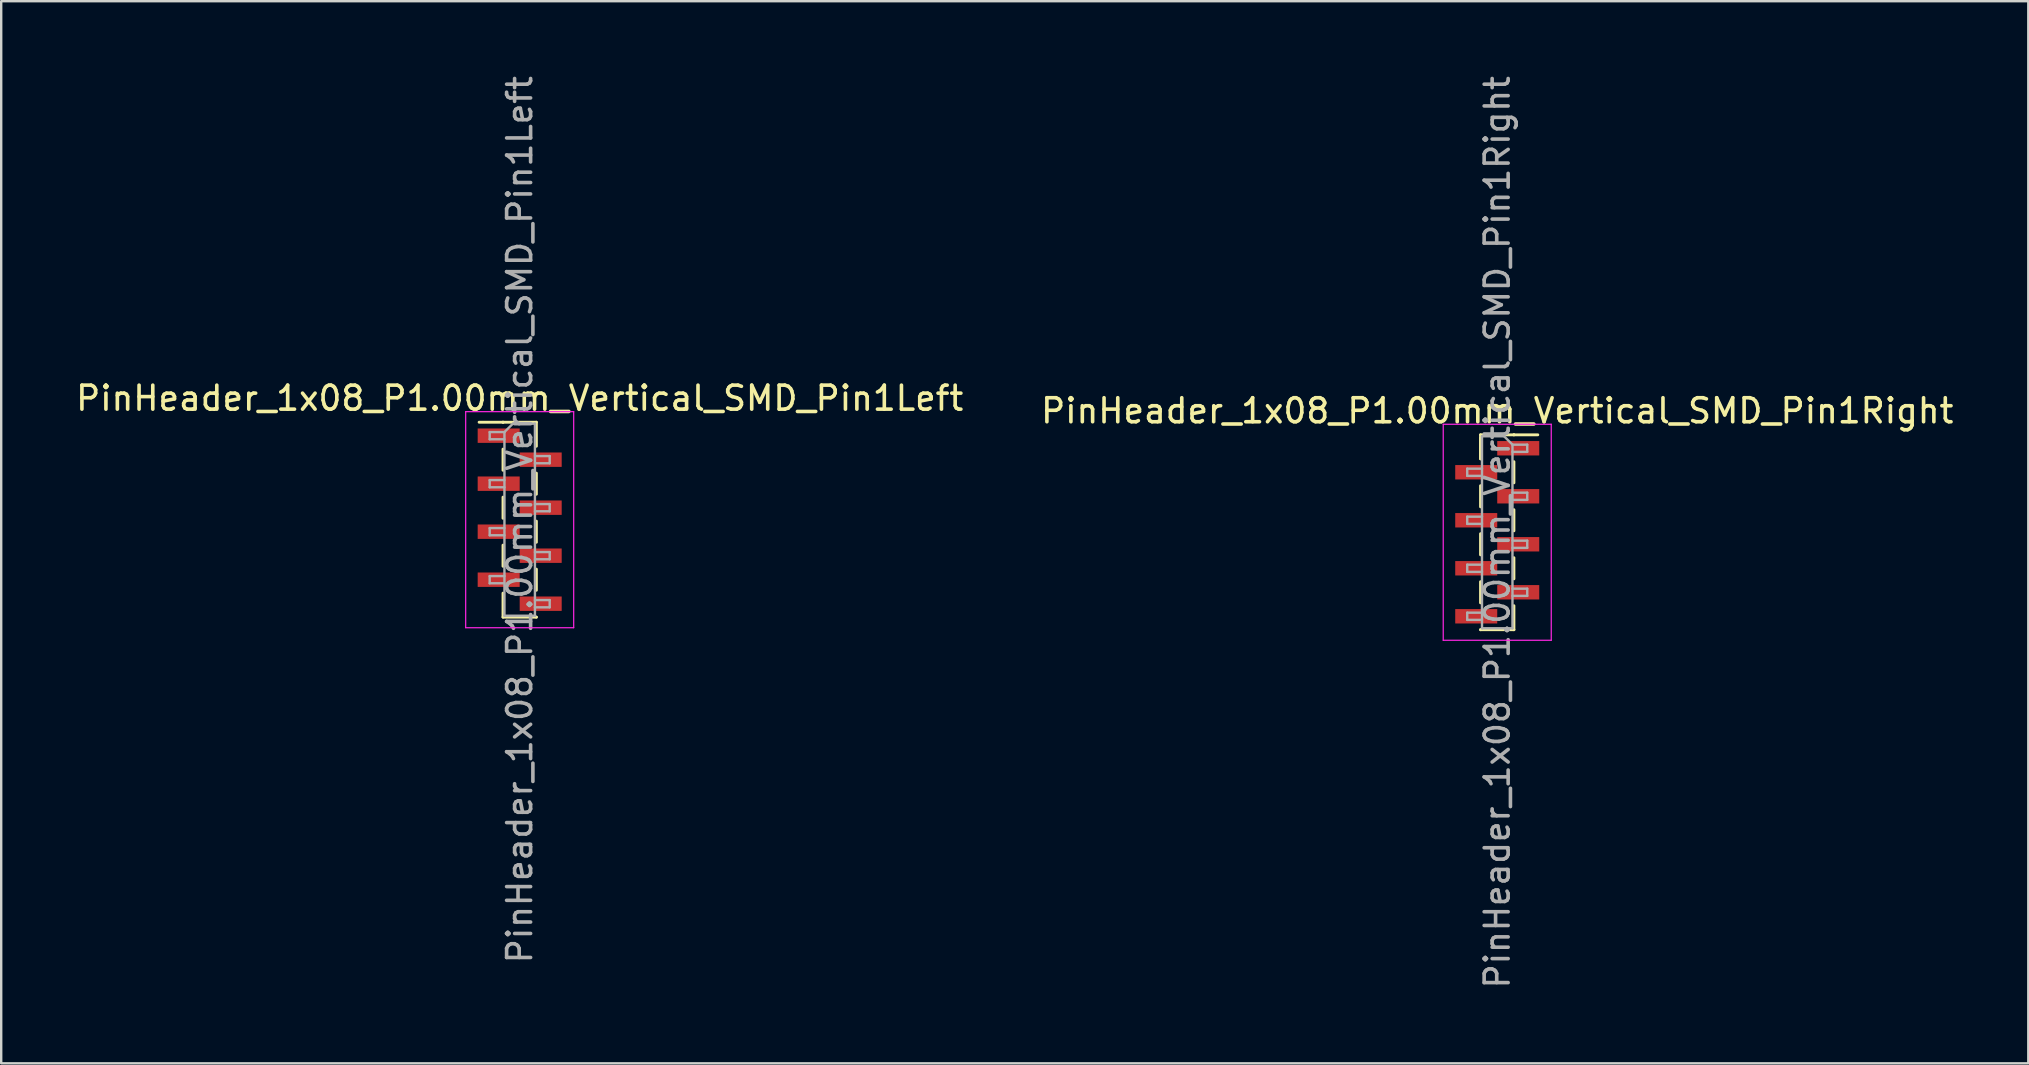
<source format=kicad_pcb>
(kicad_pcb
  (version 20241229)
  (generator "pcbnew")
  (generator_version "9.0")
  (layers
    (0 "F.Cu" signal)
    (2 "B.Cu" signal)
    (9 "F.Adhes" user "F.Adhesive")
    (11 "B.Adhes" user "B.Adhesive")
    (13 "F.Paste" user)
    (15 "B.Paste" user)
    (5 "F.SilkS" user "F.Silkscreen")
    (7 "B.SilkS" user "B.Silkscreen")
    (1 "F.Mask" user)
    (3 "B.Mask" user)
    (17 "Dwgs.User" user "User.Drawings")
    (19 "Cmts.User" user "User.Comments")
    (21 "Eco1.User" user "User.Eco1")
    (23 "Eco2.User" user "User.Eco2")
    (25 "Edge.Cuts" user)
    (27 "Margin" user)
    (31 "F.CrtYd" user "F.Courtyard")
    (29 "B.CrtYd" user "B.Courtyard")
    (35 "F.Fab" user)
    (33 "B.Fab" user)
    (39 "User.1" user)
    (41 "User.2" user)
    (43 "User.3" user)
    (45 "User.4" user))
  (footprint "PinHeader_1x08_P1.00mm_Vertical_SMD_Pin1Left"
    (layer "F.Cu")
    (at 18.601 18.601)
    (property "Reference" "PinHeader_1x08_P1.00mm_Vertical_SMD_Pin1Left" (at 0 -5.06 0) (layer "F.SilkS") (effects (font (size 1 1) (thickness 0.15))))
    (attr smd)
    (fp_line (start -0.695 -4.06) (end -1.69 -4.06) (stroke (width 0.12) (type solid)) (layer "F.SilkS"))
    (fp_line (start -0.695 -4.06) (end -0.695 -4.06) (stroke (width 0.12) (type solid)) (layer "F.SilkS"))
    (fp_line (start -0.695 -4.06) (end 0.695 -4.06) (stroke (width 0.12) (type solid)) (layer "F.SilkS"))
    (fp_line (start -0.695 -2.94) (end -0.695 -2.06) (stroke (width 0.12) (type solid)) (layer "F.SilkS"))
    (fp_line (start -0.695 -0.94) (end -0.695 -0.06) (stroke (width 0.12) (type solid)) (layer "F.SilkS"))
    (fp_line (start -0.695 1.06) (end -0.695 1.94) (stroke (width 0.12) (type solid)) (layer "F.SilkS"))
    (fp_line (start -0.695 3.06) (end -0.695 4.06) (stroke (width 0.12) (type solid)) (layer "F.SilkS"))
    (fp_line (start -0.695 4.06) (end 0.695 4.06) (stroke (width 0.12) (type solid)) (layer "F.SilkS"))
    (fp_line (start 0.695 -4.06) (end 0.695 -3.06) (stroke (width 0.12) (type solid)) (layer "F.SilkS"))
    (fp_line (start 0.695 -1.94) (end 0.695 -1.06) (stroke (width 0.12) (type solid)) (layer "F.SilkS"))
    (fp_line (start 0.695 0.06) (end 0.695 0.94) (stroke (width 0.12) (type solid)) (layer "F.SilkS"))
    (fp_line (start 0.695 2.06) (end 0.695 2.94) (stroke (width 0.12) (type solid)) (layer "F.SilkS"))
    (fp_line (start 0.695 4.06) (end 0.695 4.06) (stroke (width 0.12) (type solid)) (layer "F.SilkS"))
    (fp_line (start -2.25 -4.5) (end -2.25 4.5) (stroke (width 0.05) (type solid)) (layer "F.CrtYd"))
    (fp_line (start -2.25 4.5) (end 2.25 4.5) (stroke (width 0.05) (type solid)) (layer "F.CrtYd"))
    (fp_line (start 2.25 -4.5) (end -2.25 -4.5) (stroke (width 0.05) (type solid)) (layer "F.CrtYd"))
    (fp_line (start 2.25 4.5) (end 2.25 -4.5) (stroke (width 0.05) (type solid)) (layer "F.CrtYd"))
    (fp_line (start -1.25 -3.65) (end -1.25 -3.35) (stroke (width 0.1) (type solid)) (layer "F.Fab"))
    (fp_line (start -1.25 -3.35) (end -0.635 -3.35) (stroke (width 0.1) (type solid)) (layer "F.Fab"))
    (fp_line (start -1.25 -1.65) (end -1.25 -1.35) (stroke (width 0.1) (type solid)) (layer "F.Fab"))
    (fp_line (start -1.25 -1.35) (end -0.635 -1.35) (stroke (width 0.1) (type solid)) (layer "F.Fab"))
    (fp_line (start -1.25 0.35) (end -1.25 0.65) (stroke (width 0.1) (type solid)) (layer "F.Fab"))
    (fp_line (start -1.25 0.65) (end -0.635 0.65) (stroke (width 0.1) (type solid)) (layer "F.Fab"))
    (fp_line (start -1.25 2.35) (end -1.25 2.65) (stroke (width 0.1) (type solid)) (layer "F.Fab"))
    (fp_line (start -1.25 2.65) (end -0.635 2.65) (stroke (width 0.1) (type solid)) (layer "F.Fab"))
    (fp_line (start -0.635 -3.65) (end -1.25 -3.65) (stroke (width 0.1) (type solid)) (layer "F.Fab"))
    (fp_line (start -0.635 -3.65) (end -0.285 -4) (stroke (width 0.1) (type solid)) (layer "F.Fab"))
    (fp_line (start -0.635 -1.65) (end -1.25 -1.65) (stroke (width 0.1) (type solid)) (layer "F.Fab"))
    (fp_line (start -0.635 0.35) (end -1.25 0.35) (stroke (width 0.1) (type solid)) (layer "F.Fab"))
    (fp_line (start -0.635 2.35) (end -1.25 2.35) (stroke (width 0.1) (type solid)) (layer "F.Fab"))
    (fp_line (start -0.635 4) (end -0.635 -3.65) (stroke (width 0.1) (type solid)) (layer "F.Fab"))
    (fp_line (start -0.285 -4) (end 0.635 -4) (stroke (width 0.1) (type solid)) (layer "F.Fab"))
    (fp_line (start 0.635 -4) (end 0.635 4) (stroke (width 0.1) (type solid)) (layer "F.Fab"))
    (fp_line (start 0.635 -2.65) (end 1.25 -2.65) (stroke (width 0.1) (type solid)) (layer "F.Fab"))
    (fp_line (start 0.635 -0.65) (end 1.25 -0.65) (stroke (width 0.1) (type solid)) (layer "F.Fab"))
    (fp_line (start 0.635 1.35) (end 1.25 1.35) (stroke (width 0.1) (type solid)) (layer "F.Fab"))
    (fp_line (start 0.635 3.35) (end 1.25 3.35) (stroke (width 0.1) (type solid)) (layer "F.Fab"))
    (fp_line (start 0.635 4) (end -0.635 4) (stroke (width 0.1) (type solid)) (layer "F.Fab"))
    (fp_line (start 1.25 -2.65) (end 1.25 -2.35) (stroke (width 0.1) (type solid)) (layer "F.Fab"))
    (fp_line (start 1.25 -2.35) (end 0.635 -2.35) (stroke (width 0.1) (type solid)) (layer "F.Fab"))
    (fp_line (start 1.25 -0.65) (end 1.25 -0.35) (stroke (width 0.1) (type solid)) (layer "F.Fab"))
    (fp_line (start 1.25 -0.35) (end 0.635 -0.35) (stroke (width 0.1) (type solid)) (layer "F.Fab"))
    (fp_line (start 1.25 1.35) (end 1.25 1.65) (stroke (width 0.1) (type solid)) (layer "F.Fab"))
    (fp_line (start 1.25 1.65) (end 0.635 1.65) (stroke (width 0.1) (type solid)) (layer "F.Fab"))
    (fp_line (start 1.25 3.35) (end 1.25 3.65) (stroke (width 0.1) (type solid)) (layer "F.Fab"))
    (fp_line (start 1.25 3.65) (end 0.635 3.65) (stroke (width 0.1) (type solid)) (layer "F.Fab"))
    (fp_text user "${REFERENCE}" (at 0 0 90) (layer "F.Fab") (effects (font (size 1 1) (thickness 0.15))))
    (pad "1" smd rect (at -0.875 -3.5) (size 1.75 0.6) (layers "F.Cu" "F.Mask" "F.Paste"))
    (pad "2" smd rect (at 0.875 -2.5) (size 1.75 0.6) (layers "F.Cu" "F.Mask" "F.Paste"))
    (pad "3" smd rect (at -0.875 -1.5) (size 1.75 0.6) (layers "F.Cu" "F.Mask" "F.Paste"))
    (pad "4" smd rect (at 0.875 -0.5) (size 1.75 0.6) (layers "F.Cu" "F.Mask" "F.Paste"))
    (pad "5" smd rect (at -0.875 0.5) (size 1.75 0.6) (layers "F.Cu" "F.Mask" "F.Paste"))
    (pad "6" smd rect (at 0.875 1.5) (size 1.75 0.6) (layers "F.Cu" "F.Mask" "F.Paste"))
    (pad "7" smd rect (at -0.875 2.5) (size 1.75 0.6) (layers "F.Cu" "F.Mask" "F.Paste"))
    (pad "8" smd rect (at 0.875 3.5) (size 1.75 0.6) (layers "F.Cu" "F.Mask" "F.Paste")))
  (footprint "PinHeader_1x08_P1.00mm_Vertical_SMD_Pin1Right"
    (layer "F.Cu")
    (at 59.327 19.125)
    (property "Reference" "PinHeader_1x08_P1.00mm_Vertical_SMD_Pin1Right" (at 0 -5.06 0) (layer "F.SilkS") (effects (font (size 1 1) (thickness 0.15))))
    (attr smd)
    (fp_line (start -0.695 -4.06) (end -0.695 -3.06) (stroke (width 0.12) (type solid)) (layer "F.SilkS"))
    (fp_line (start -0.695 -4.06) (end 0.695 -4.06) (stroke (width 0.12) (type solid)) (layer "F.SilkS"))
    (fp_line (start -0.695 -3.94) (end -0.695 -3.06) (stroke (width 0.12) (type solid)) (layer "F.SilkS"))
    (fp_line (start -0.695 -1.94) (end -0.695 -1.06) (stroke (width 0.12) (type solid)) (layer "F.SilkS"))
    (fp_line (start -0.695 0.06) (end -0.695 0.94) (stroke (width 0.12) (type solid)) (layer "F.SilkS"))
    (fp_line (start -0.695 2.06) (end -0.695 2.94) (stroke (width 0.12) (type solid)) (layer "F.SilkS"))
    (fp_line (start -0.695 4.06) (end -0.695 4.06) (stroke (width 0.12) (type solid)) (layer "F.SilkS"))
    (fp_line (start -0.695 4.06) (end 0.695 4.06) (stroke (width 0.12) (type solid)) (layer "F.SilkS"))
    (fp_line (start 0.695 -4.06) (end 0.695 -4.06) (stroke (width 0.12) (type solid)) (layer "F.SilkS"))
    (fp_line (start 0.695 -4.06) (end 1.69 -4.06) (stroke (width 0.12) (type solid)) (layer "F.SilkS"))
    (fp_line (start 0.695 -2.94) (end 0.695 -2.06) (stroke (width 0.12) (type solid)) (layer "F.SilkS"))
    (fp_line (start 0.695 -0.94) (end 0.695 -0.06) (stroke (width 0.12) (type solid)) (layer "F.SilkS"))
    (fp_line (start 0.695 1.06) (end 0.695 1.94) (stroke (width 0.12) (type solid)) (layer "F.SilkS"))
    (fp_line (start 0.695 3.06) (end 0.695 4.06) (stroke (width 0.12) (type solid)) (layer "F.SilkS"))
    (fp_line (start -2.25 -4.5) (end -2.25 4.5) (stroke (width 0.05) (type solid)) (layer "F.CrtYd"))
    (fp_line (start -2.25 4.5) (end 2.25 4.5) (stroke (width 0.05) (type solid)) (layer "F.CrtYd"))
    (fp_line (start 2.25 -4.5) (end -2.25 -4.5) (stroke (width 0.05) (type solid)) (layer "F.CrtYd"))
    (fp_line (start 2.25 4.5) (end 2.25 -4.5) (stroke (width 0.05) (type solid)) (layer "F.CrtYd"))
    (fp_line (start -1.25 -2.65) (end -1.25 -2.35) (stroke (width 0.1) (type solid)) (layer "F.Fab"))
    (fp_line (start -1.25 -2.35) (end -0.635 -2.35) (stroke (width 0.1) (type solid)) (layer "F.Fab"))
    (fp_line (start -1.25 -0.65) (end -1.25 -0.35) (stroke (width 0.1) (type solid)) (layer "F.Fab"))
    (fp_line (start -1.25 -0.35) (end -0.635 -0.35) (stroke (width 0.1) (type solid)) (layer "F.Fab"))
    (fp_line (start -1.25 1.35) (end -1.25 1.65) (stroke (width 0.1) (type solid)) (layer "F.Fab"))
    (fp_line (start -1.25 1.65) (end -0.635 1.65) (stroke (width 0.1) (type solid)) (layer "F.Fab"))
    (fp_line (start -1.25 3.35) (end -1.25 3.65) (stroke (width 0.1) (type solid)) (layer "F.Fab"))
    (fp_line (start -1.25 3.65) (end -0.635 3.65) (stroke (width 0.1) (type solid)) (layer "F.Fab"))
    (fp_line (start -0.635 -4) (end -0.635 4) (stroke (width 0.1) (type solid)) (layer "F.Fab"))
    (fp_line (start -0.635 -4) (end 0.285 -4) (stroke (width 0.1) (type solid)) (layer "F.Fab"))
    (fp_line (start -0.635 -2.65) (end -1.25 -2.65) (stroke (width 0.1) (type solid)) (layer "F.Fab"))
    (fp_line (start -0.635 -0.65) (end -1.25 -0.65) (stroke (width 0.1) (type solid)) (layer "F.Fab"))
    (fp_line (start -0.635 1.35) (end -1.25 1.35) (stroke (width 0.1) (type solid)) (layer "F.Fab"))
    (fp_line (start -0.635 3.35) (end -1.25 3.35) (stroke (width 0.1) (type solid)) (layer "F.Fab"))
    (fp_line (start 0.635 -3.65) (end 0.285 -4) (stroke (width 0.1) (type solid)) (layer "F.Fab"))
    (fp_line (start 0.635 -3.65) (end 1.25 -3.65) (stroke (width 0.1) (type solid)) (layer "F.Fab"))
    (fp_line (start 0.635 -1.65) (end 1.25 -1.65) (stroke (width 0.1) (type solid)) (layer "F.Fab"))
    (fp_line (start 0.635 0.35) (end 1.25 0.35) (stroke (width 0.1) (type solid)) (layer "F.Fab"))
    (fp_line (start 0.635 2.35) (end 1.25 2.35) (stroke (width 0.1) (type solid)) (layer "F.Fab"))
    (fp_line (start 0.635 4) (end -0.635 4) (stroke (width 0.1) (type solid)) (layer "F.Fab"))
    (fp_line (start 0.635 4) (end 0.635 -3.65) (stroke (width 0.1) (type solid)) (layer "F.Fab"))
    (fp_line (start 1.25 -3.65) (end 1.25 -3.35) (stroke (width 0.1) (type solid)) (layer "F.Fab"))
    (fp_line (start 1.25 -3.35) (end 0.635 -3.35) (stroke (width 0.1) (type solid)) (layer "F.Fab"))
    (fp_line (start 1.25 -1.65) (end 1.25 -1.35) (stroke (width 0.1) (type solid)) (layer "F.Fab"))
    (fp_line (start 1.25 -1.35) (end 0.635 -1.35) (stroke (width 0.1) (type solid)) (layer "F.Fab"))
    (fp_line (start 1.25 0.35) (end 1.25 0.65) (stroke (width 0.1) (type solid)) (layer "F.Fab"))
    (fp_line (start 1.25 0.65) (end 0.635 0.65) (stroke (width 0.1) (type solid)) (layer "F.Fab"))
    (fp_line (start 1.25 2.35) (end 1.25 2.65) (stroke (width 0.1) (type solid)) (layer "F.Fab"))
    (fp_line (start 1.25 2.65) (end 0.635 2.65) (stroke (width 0.1) (type solid)) (layer "F.Fab"))
    (fp_text user "${REFERENCE}" (at 0 0 90) (layer "F.Fab") (effects (font (size 1 1) (thickness 0.15))))
    (pad "1" smd rect (at 0.875 -3.5) (size 1.75 0.6) (layers "F.Cu" "F.Mask" "F.Paste"))
    (pad "2" smd rect (at -0.875 -2.5) (size 1.75 0.6) (layers "F.Cu" "F.Mask" "F.Paste"))
    (pad "3" smd rect (at 0.875 -1.5) (size 1.75 0.6) (layers "F.Cu" "F.Mask" "F.Paste"))
    (pad "4" smd rect (at -0.875 -0.5) (size 1.75 0.6) (layers "F.Cu" "F.Mask" "F.Paste"))
    (pad "5" smd rect (at 0.875 0.5) (size 1.75 0.6) (layers "F.Cu" "F.Mask" "F.Paste"))
    (pad "6" smd rect (at -0.875 1.5) (size 1.75 0.6) (layers "F.Cu" "F.Mask" "F.Paste"))
    (pad "7" smd rect (at 0.875 2.5) (size 1.75 0.6) (layers "F.Cu" "F.Mask" "F.Paste"))
    (pad "8" smd rect (at -0.875 3.5) (size 1.75 0.6) (layers "F.Cu" "F.Mask" "F.Paste")))
  (gr_rect
    (start -3 -3)
    (end 81.452 41.25)
    (stroke (width 0.1) (type default))
    (fill no)
    (layer "Edge.Cuts")))
</source>
